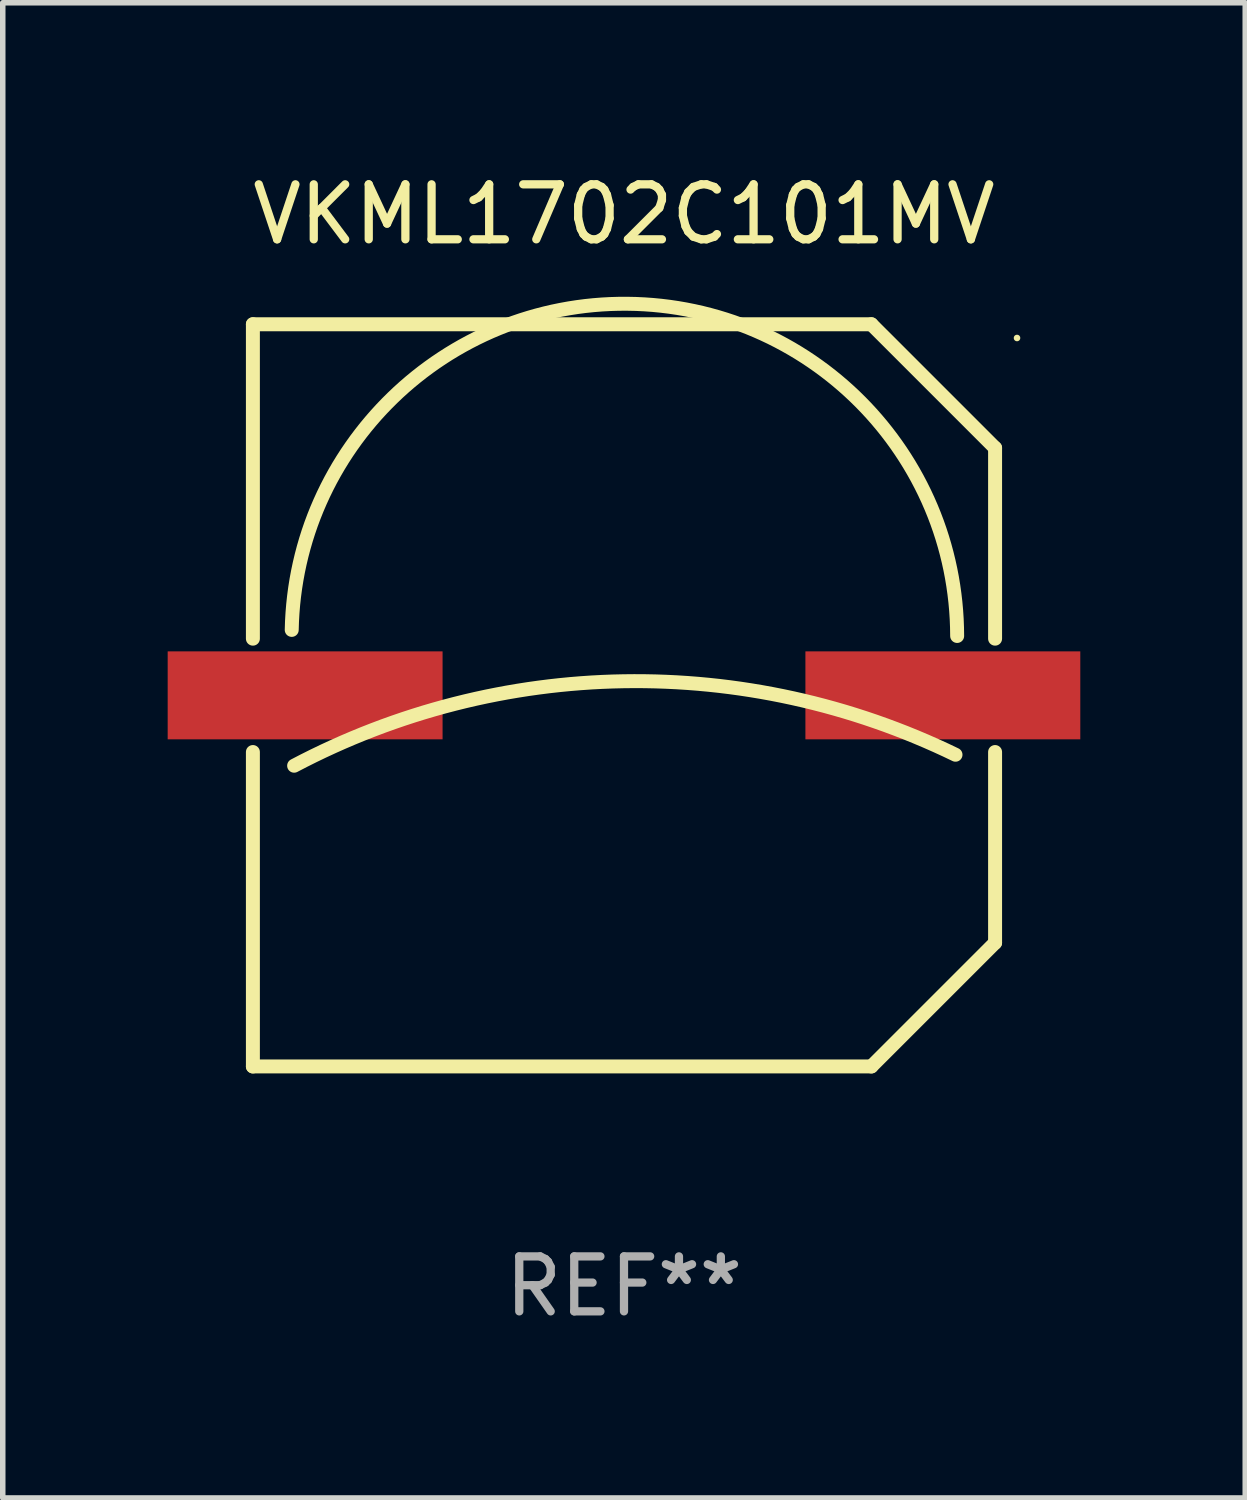
<source format=kicad_pcb>
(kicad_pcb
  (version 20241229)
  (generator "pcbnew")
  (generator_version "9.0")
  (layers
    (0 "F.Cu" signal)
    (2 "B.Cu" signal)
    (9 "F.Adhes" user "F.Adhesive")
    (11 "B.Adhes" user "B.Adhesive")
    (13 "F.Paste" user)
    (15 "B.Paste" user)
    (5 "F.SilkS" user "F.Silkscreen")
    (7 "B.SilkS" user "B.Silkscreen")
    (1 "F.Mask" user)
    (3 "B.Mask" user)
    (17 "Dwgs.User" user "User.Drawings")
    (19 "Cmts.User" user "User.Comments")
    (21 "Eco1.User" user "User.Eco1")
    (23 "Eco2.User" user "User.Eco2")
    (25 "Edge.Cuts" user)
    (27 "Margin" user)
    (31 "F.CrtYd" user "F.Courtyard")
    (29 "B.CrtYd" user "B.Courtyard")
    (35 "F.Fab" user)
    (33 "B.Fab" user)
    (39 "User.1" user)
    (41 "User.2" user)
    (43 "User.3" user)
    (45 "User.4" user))
  (footprint "VKML1702C101MV"
    (layer "F.Cu")
    (at 8.3 9.598)
    (property "Reference" "VKML1702C101MV" (at 0 -8.75 0) (layer "F.SilkS") (effects (font (size 1 1) (thickness 0.15))))
    (attr through_hole)
    (fp_line (start -6.75 -6.75) (end 4.5 -6.75) (stroke (width 0.254) (type solid)) (layer "F.SilkS"))
    (fp_line (start -6.75 -1.031) (end -6.75 -6.75) (stroke (width 0.254) (type solid)) (layer "F.SilkS"))
    (fp_line (start -6.75 6.75) (end -6.75 1.031) (stroke (width 0.254) (type solid)) (layer "F.SilkS"))
    (fp_line (start -6.75 6.75) (end 4.5 6.75) (stroke (width 0.254) (type solid)) (layer "F.SilkS"))
    (fp_line (start 4.5 6.75) (end 6.75 4.5) (stroke (width 0.254) (type solid)) (layer "F.SilkS"))
    (fp_line (start 6.75 -4.5) (end 4.5 -6.75) (stroke (width 0.254) (type solid)) (layer "F.SilkS"))
    (fp_line (start 6.75 -1.031) (end 6.75 -4.5) (stroke (width 0.254) (type solid)) (layer "F.SilkS"))
    (fp_line (start 6.75 4.5) (end 6.75 1.031) (stroke (width 0.254) (type solid)) (layer "F.SilkS"))
    (fp_arc (start -6.043638 -1.190577) (mid 0.06288 -7.123351) (end 6.059995 -1.08001) (stroke (width 0.254001) (type solid)) (layer "F.SilkS"))
    (fp_arc (start -6 1.28001) (mid -0.008883 -0.256469) (end 6.029998 1.08001) (stroke (width 0.254001) (type solid)) (layer "F.SilkS"))
    (fp_circle (center 7.149 -6.5) (end 7.179 -6.5) (stroke (width 0.06) (type solid)) (fill no) (layer "F.SilkS"))
    (fp_text user "REF**" (at 0 10.75 0) (layer "F.Fab") (effects (font (size 1 1) (thickness 0.15))))
    (pad "1" smd rect (at 5.8 0) (size 5 1.6) (layers "F.Cu" "F.Mask" "F.Paste"))
    (pad "2" smd rect (at -5.8 0) (size 5 1.6) (layers "F.Cu" "F.Mask" "F.Paste")))
  (gr_rect
    (start -3 -3)
    (end 19.6 24.197)
    (stroke (width 0.1) (type default))
    (fill no)
    (layer "Edge.Cuts")))
</source>
